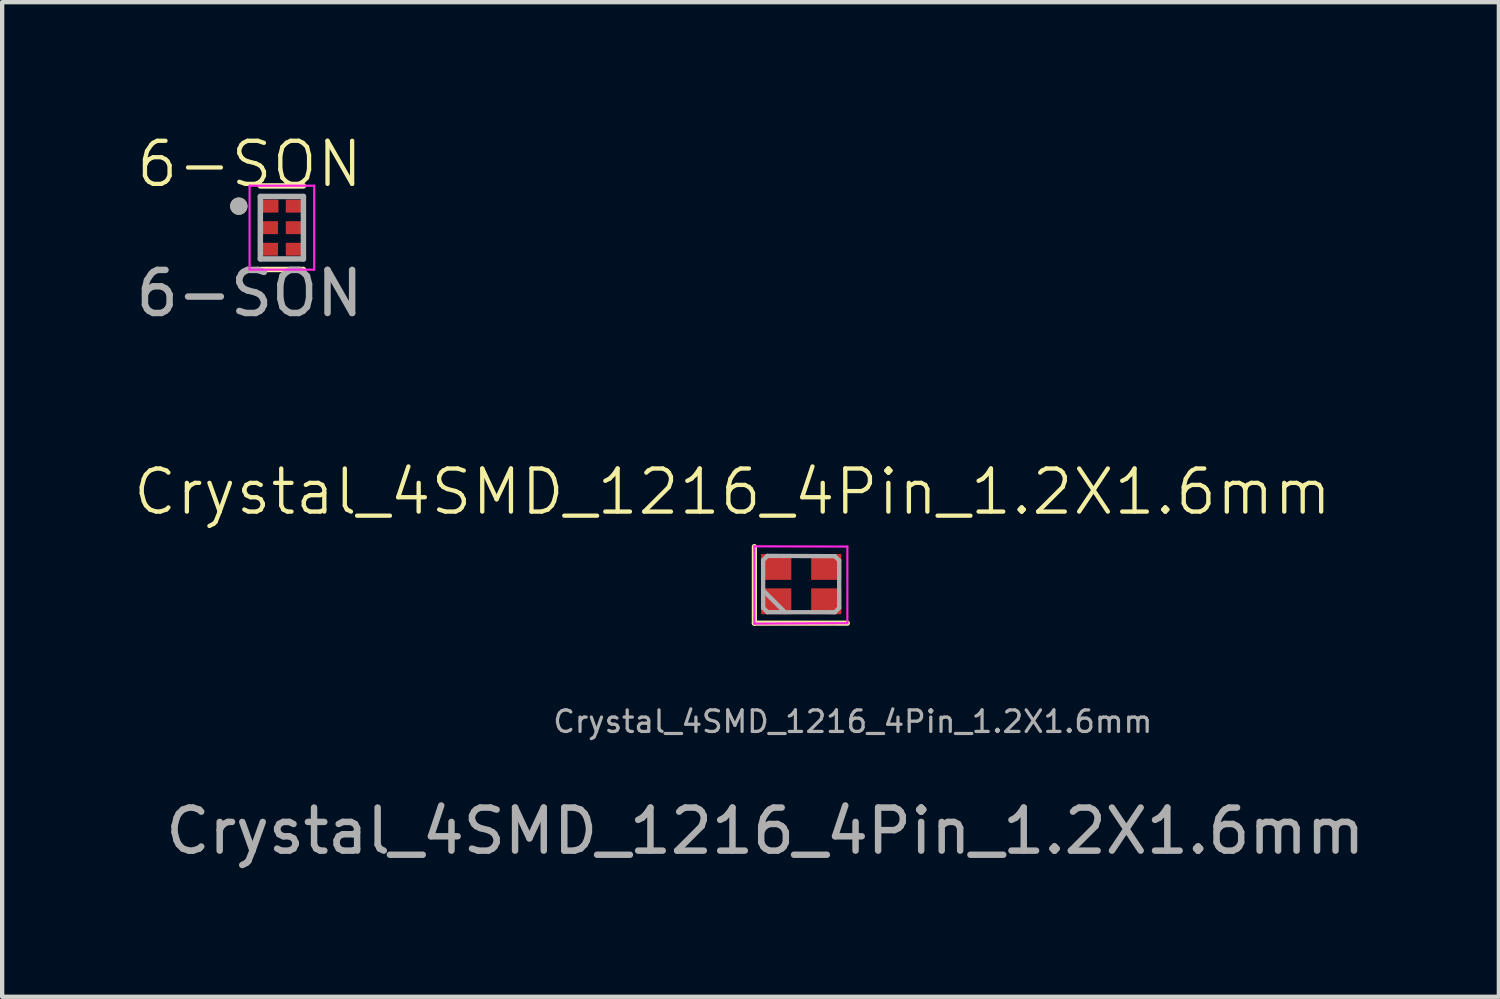
<source format=kicad_pcb>
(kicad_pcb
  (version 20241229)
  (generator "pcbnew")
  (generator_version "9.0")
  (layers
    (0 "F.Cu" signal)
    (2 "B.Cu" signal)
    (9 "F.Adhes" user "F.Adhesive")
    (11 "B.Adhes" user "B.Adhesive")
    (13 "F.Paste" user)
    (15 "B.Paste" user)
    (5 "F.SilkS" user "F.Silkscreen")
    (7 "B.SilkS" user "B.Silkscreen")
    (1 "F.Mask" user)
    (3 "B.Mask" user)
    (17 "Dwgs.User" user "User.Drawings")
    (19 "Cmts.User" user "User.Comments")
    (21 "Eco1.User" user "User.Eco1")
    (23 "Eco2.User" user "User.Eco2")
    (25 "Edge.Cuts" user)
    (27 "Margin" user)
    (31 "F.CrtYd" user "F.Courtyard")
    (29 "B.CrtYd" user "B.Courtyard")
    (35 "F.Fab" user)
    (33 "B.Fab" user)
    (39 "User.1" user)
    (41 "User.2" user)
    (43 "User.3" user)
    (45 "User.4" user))
  (footprint "6-SON"
    (layer "F.Cu")
    (at 3.481 2.226)
    (property "Reference" "6-SON" (at -0.737 -1.465 0) (unlocked yes) (layer "F.SilkS") (effects (font (size 1 1) (thickness 0.1))))
    (attr smd)
    (fp_line (start -0.487 -0.96) (end 0.513 -0.96) (stroke (width 0.127) (type solid)) (layer "F.SilkS"))
    (fp_line (start -0.487 0.98) (end 0.513 0.98) (stroke (width 0.127) (type solid)) (layer "F.SilkS"))
    (fp_circle (center -0.987 -0.49) (end -0.887 -0.49) (stroke (width 0.2) (type solid)) (fill no) (layer "F.SilkS"))
    (fp_line (start -0.737 -0.965) (end 0.763 -0.965) (stroke (width 0.05) (type solid)) (layer "F.CrtYd"))
    (fp_line (start -0.737 0.985) (end -0.737 -0.965) (stroke (width 0.05) (type solid)) (layer "F.CrtYd"))
    (fp_line (start 0.763 -0.965) (end 0.763 0.985) (stroke (width 0.05) (type solid)) (layer "F.CrtYd"))
    (fp_line (start 0.763 0.985) (end -0.737 0.985) (stroke (width 0.05) (type solid)) (layer "F.CrtYd"))
    (fp_line (start -0.487 -0.715) (end -0.487 0.735) (stroke (width 0.127) (type solid)) (layer "F.Fab"))
    (fp_line (start -0.487 -0.715) (end 0.513 -0.715) (stroke (width 0.127) (type solid)) (layer "F.Fab"))
    (fp_line (start -0.487 0.735) (end 0.513 0.735) (stroke (width 0.127) (type solid)) (layer "F.Fab"))
    (fp_line (start 0.513 0.735) (end 0.513 -0.715) (stroke (width 0.127) (type solid)) (layer "F.Fab"))
    (fp_circle (center -0.987 -0.49) (end -0.887 -0.49) (stroke (width 0.2) (type solid)) (fill no) (layer "F.Fab"))
    (fp_text user "${REFERENCE}" (at -0.737 1.535 0) (unlocked yes) (layer "F.Fab") (effects (font (size 1 1) (thickness 0.15))))
    (pad "1" smd roundrect (at -0.277 -0.49) (size 0.42 0.3) (layers "F.Cu" "F.Mask" "F.Paste") (roundrect_rratio 0.04))
    (pad "2" smd roundrect (at -0.282 0.01) (size 0.41 0.3) (layers "F.Cu" "F.Mask" "F.Paste") (roundrect_rratio 0.04))
    (pad "3" smd roundrect (at -0.282 0.51) (size 0.41 0.3) (layers "F.Cu" "F.Mask" "F.Paste") (roundrect_rratio 0.04))
    (pad "4" smd roundrect (at 0.308 0.51) (size 0.41 0.3) (layers "F.Cu" "F.Mask" "F.Paste") (roundrect_rratio 0.04))
    (pad "5" smd roundrect (at 0.308 0.01) (size 0.41 0.3) (layers "F.Cu" "F.Mask" "F.Paste") (roundrect_rratio 0.04))
    (pad "6" smd roundrect (at 0.308 -0.49) (size 0.41 0.3) (layers "F.Cu" "F.Mask" "F.Paste") (roundrect_rratio 0.04)))
  (footprint "Crystal_4SMD_1216_4Pin_1.2X1.6mm"
    (layer "F.Cu")
    (at 15.553 10.529)
    (property "Reference" "Crystal_4SMD_1216_4Pin_1.2X1.6mm" (at -1.598 -2.16 0) (unlocked yes) (layer "F.SilkS") (effects (font (size 1 1) (thickness 0.1))))
    (attr smd)
    (fp_line (start -1.09 -0.89) (end -1.09 0.888) (stroke (width 0.12) (type solid)) (layer "F.SilkS"))
    (fp_line (start -1.09 0.888) (end 1.069 0.888) (stroke (width 0.12) (type solid)) (layer "F.SilkS"))
    (fp_line (start -1.09 -0.896) (end -1.09 0.899) (stroke (width 0.05) (type solid)) (layer "F.CrtYd"))
    (fp_line (start -1.09 0.899) (end 1.069 0.888) (stroke (width 0.05) (type solid)) (layer "F.CrtYd"))
    (fp_line (start 1.069 -0.89) (end -1.09 -0.896) (stroke (width 0.05) (type solid)) (layer "F.CrtYd"))
    (fp_line (start 1.069 0.888) (end 1.069 -0.89) (stroke (width 0.05) (type solid)) (layer "F.CrtYd"))
    (fp_line (start -0.887 -0.574) (end -0.787 -0.674) (stroke (width 0.1) (type solid)) (layer "F.Fab"))
    (fp_line (start -0.886 0.533) (end -0.887 -0.574) (stroke (width 0.1) (type solid)) (layer "F.Fab"))
    (fp_line (start -0.883 0.13) (end -0.383 0.63) (stroke (width 0.1) (type solid)) (layer "F.Fab"))
    (fp_line (start -0.787 -0.674) (end 0.779 -0.667) (stroke (width 0.1) (type solid)) (layer "F.Fab"))
    (fp_line (start -0.786 0.633) (end -0.886 0.533) (stroke (width 0.1) (type solid)) (layer "F.Fab"))
    (fp_line (start 0.779 -0.667) (end 0.879 -0.567) (stroke (width 0.1) (type solid)) (layer "F.Fab"))
    (fp_line (start 0.779 0.634) (end -0.786 0.633) (stroke (width 0.1) (type solid)) (layer "F.Fab"))
    (fp_line (start 0.879 -0.567) (end 0.879 0.534) (stroke (width 0.1) (type solid)) (layer "F.Fab"))
    (fp_line (start 0.879 0.534) (end 0.779 0.634) (stroke (width 0.1) (type solid)) (layer "F.Fab"))
    (fp_text user "${REFERENCE}" (at 1.196 3.174 0) (layer "F.Fab") (effects (font (size 0.5 0.5) (thickness 0.075))))
    (fp_text user "${REFERENCE}" (at -0.836 5.714 0) (unlocked yes) (layer "F.Fab") (effects (font (size 1 1) (thickness 0.15))))
    (pad "1" smd rect (at -0.582 0.38) (size 0.7 0.6) (layers "F.Cu" "F.Mask" "F.Paste"))
    (pad "2" smd rect (at 0.579 0.38) (size 0.7 0.6) (layers "F.Cu" "F.Mask" "F.Paste"))
    (pad "3" smd rect (at 0.579 -0.417) (size 0.7 0.6) (layers "F.Cu" "F.Mask" "F.Paste"))
    (pad "4" smd rect (at -0.582 -0.417) (size 0.7 0.6) (layers "F.Cu" "F.Mask" "F.Paste")))
  (gr_rect
    (start -3 -3)
    (end 31.747 20.091)
    (stroke (width 0.1) (type default))
    (fill no)
    (layer "Edge.Cuts")))
</source>
